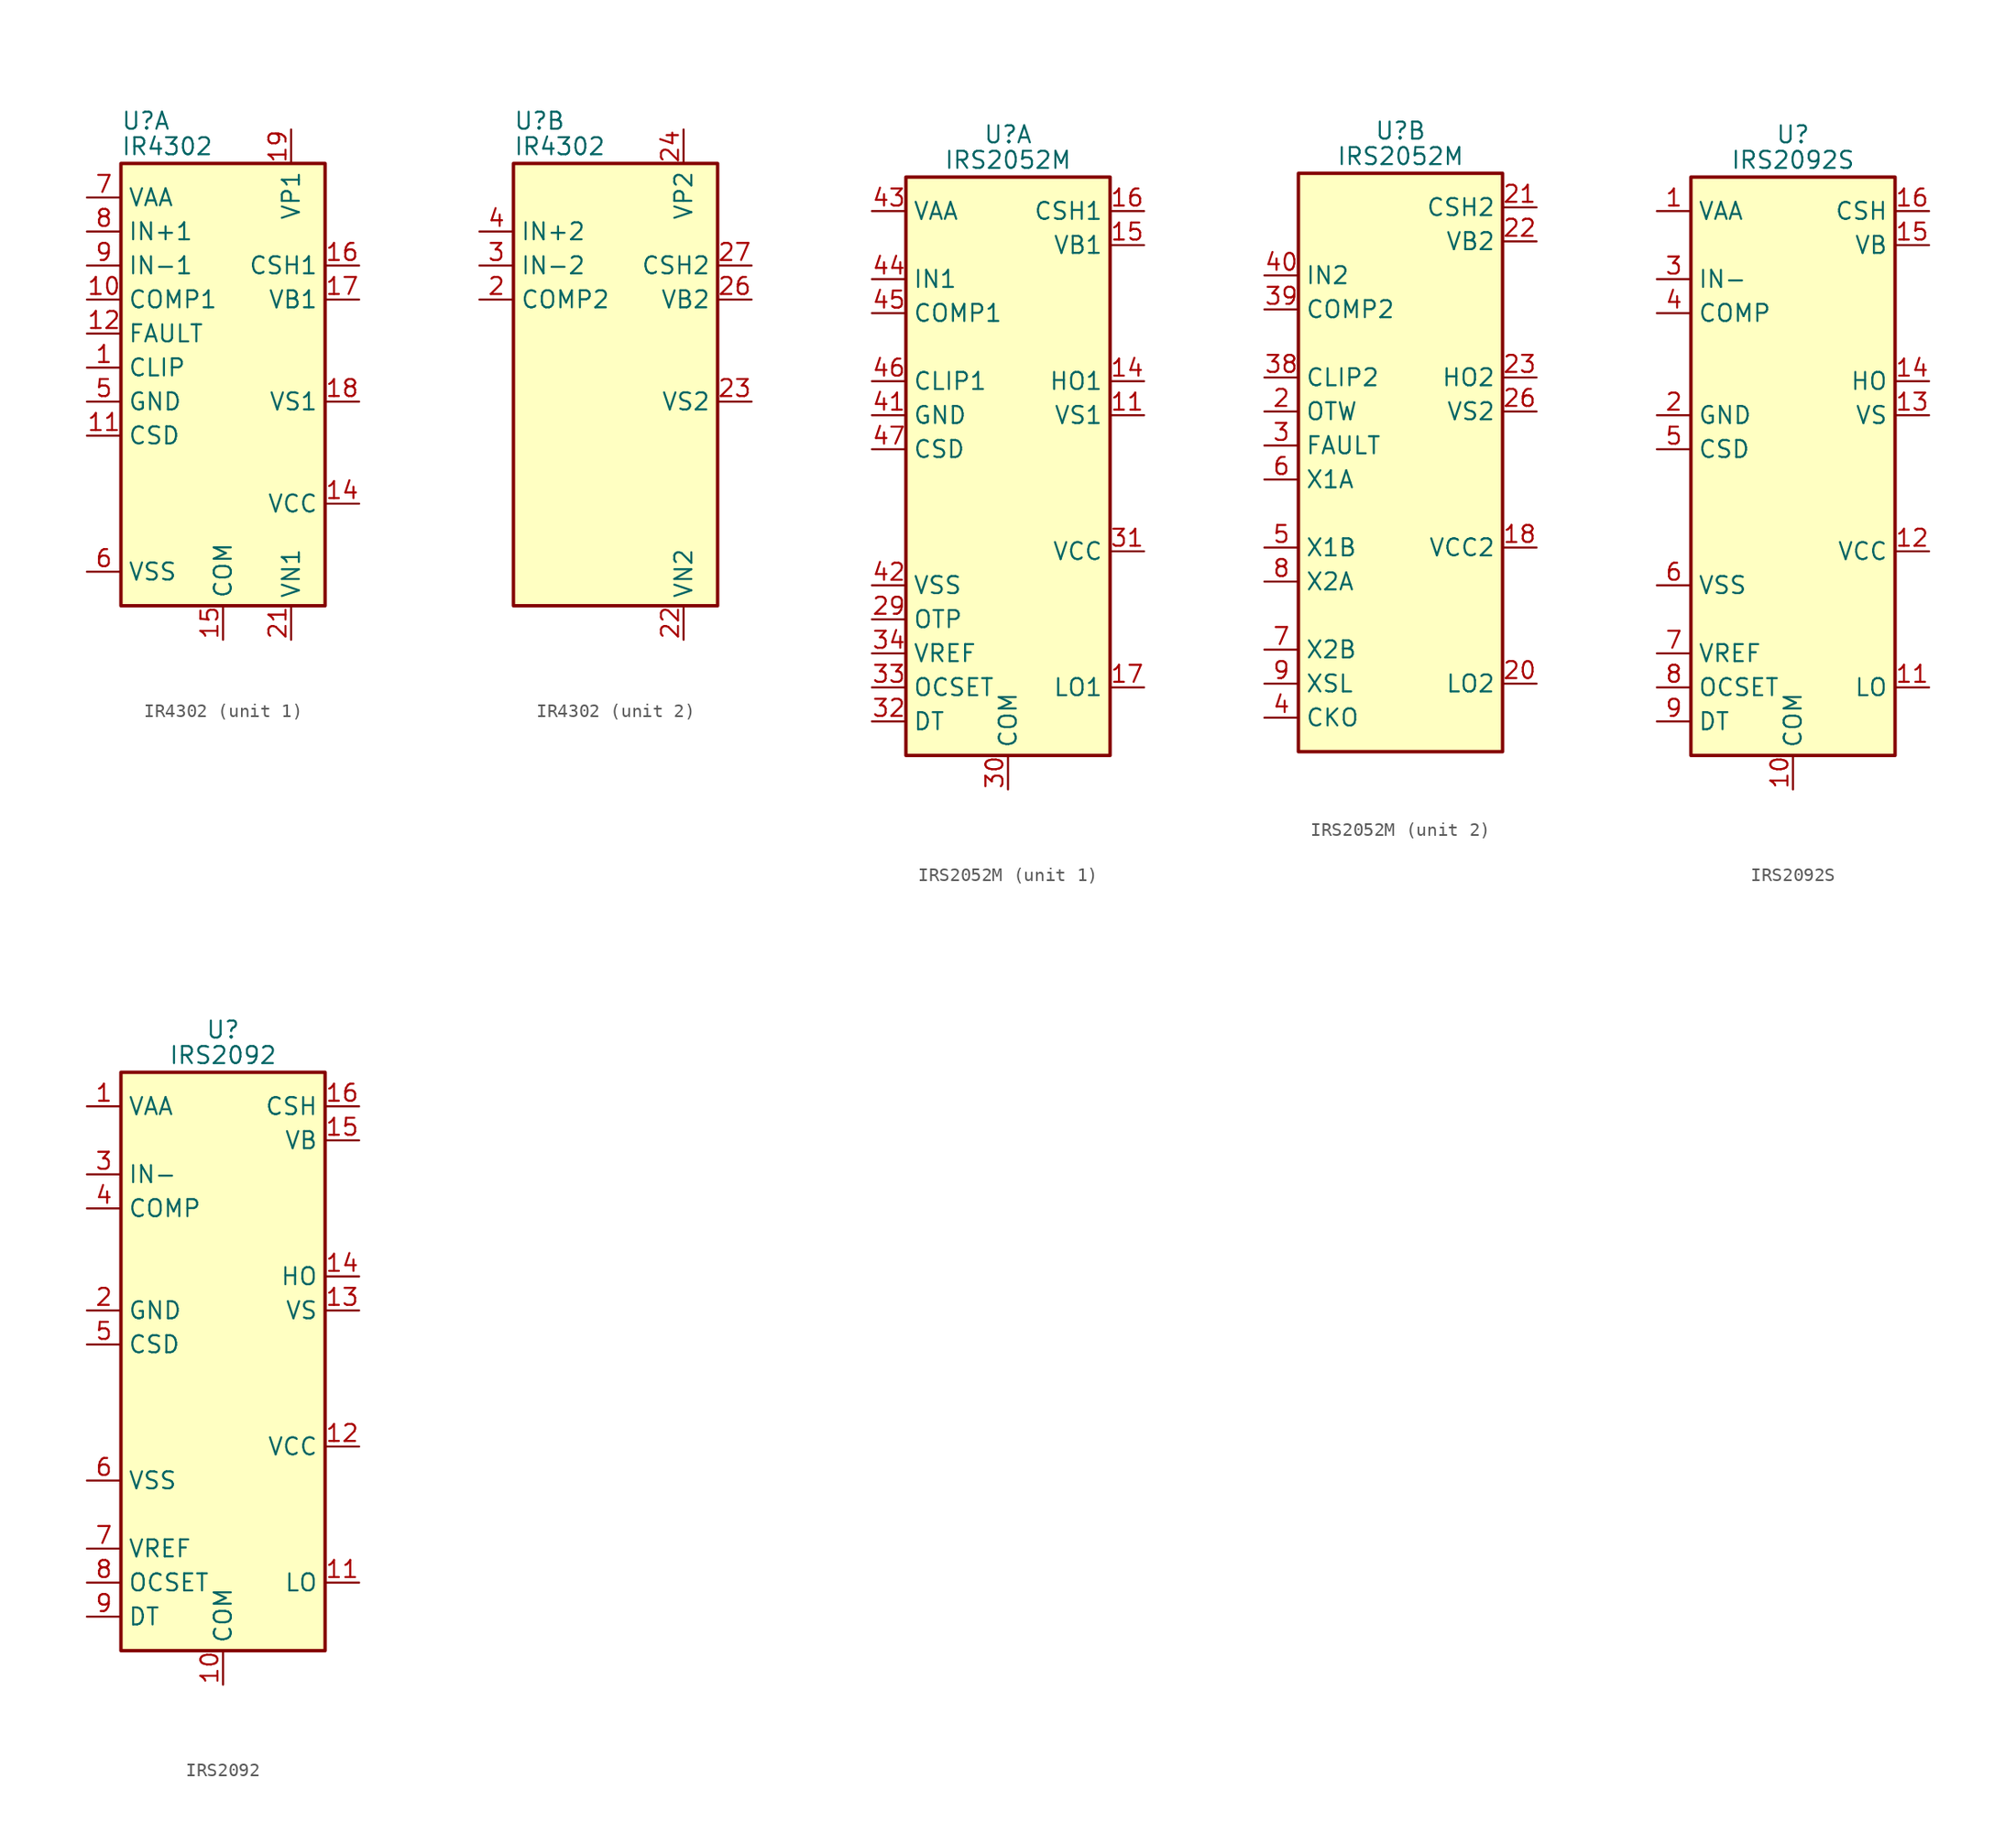
<source format=kicad_sym>
(kicad_symbol_lib
  (version 20241209)
  (generator "kicad_symbol_editor")
  (generator_version "9.0")
  (symbol "IR4302"
    (property "Reference" "U"
      (at -7.62 20.955 0)
      (effects (font (size 1.27 1.27)) (justify left)))
    (property "Value" "IR4302"
      (at -7.62 19.05 0)
      (effects (font (size 1.27 1.27)) (justify left)))
    (property "ki_locked" ""
      (at 0 0 0)
      (effects (font (size 1.27 1.27))))
    (symbol "IR4302_0_1"
      (rectangle (start -7.62 -15.24) (end 7.62 17.78) (stroke (width 0.254) (type solid)) (fill (type background))))
    (symbol "IR4302_1_1"
      (pin power_in line (at -10.16 15.24 0) (length 2.54) (name "VAA" (effects (font (size 1.27 1.27)))) (number "7" (effects (font (size 1.27 1.27)))))
      (pin input line (at -10.16 12.7 0) (length 2.54) (name "IN+1" (effects (font (size 1.27 1.27)))) (number "8" (effects (font (size 1.27 1.27)))))
      (pin input line (at -10.16 10.16 0) (length 2.54) (name "IN-1" (effects (font (size 1.27 1.27)))) (number "9" (effects (font (size 1.27 1.27)))))
      (pin output line (at -10.16 7.62 0) (length 2.54) (name "COMP1" (effects (font (size 1.27 1.27)))) (number "10" (effects (font (size 1.27 1.27)))))
      (pin open_collector line (at -10.16 5.08 0) (length 2.54) (name "FAULT" (effects (font (size 1.27 1.27)))) (number "12" (effects (font (size 1.27 1.27)))))
      (pin open_collector line (at -10.16 2.54 0) (length 2.54) (name "CLIP" (effects (font (size 1.27 1.27)))) (number "1" (effects (font (size 1.27 1.27)))))
      (pin power_in line (at -10.16 0 0) (length 2.54) (name "GND" (effects (font (size 1.27 1.27)))) (number "5" (effects (font (size 1.27 1.27)))))
      (pin passive line (at -10.16 -2.54 0) (length 2.54) (name "CSD" (effects (font (size 1.27 1.27)))) (number "11" (effects (font (size 1.27 1.27)))))
      (pin power_in line (at -10.16 -12.7 0) (length 2.54) (name "VSS" (effects (font (size 1.27 1.27)))) (number "6" (effects (font (size 1.27 1.27)))))
      (pin no_connect line (at -7.62 -5.08 0) (length 2.54) (hide yes) (name "NC" (effects (font (size 1.27 1.27)))) (number "13" (effects (font (size 1.27 1.27)))))
      (pin no_connect line (at -7.62 -7.62 0) (length 2.54) (hide yes) (name "NC" (effects (font (size 1.27 1.27)))) (number "29" (effects (font (size 1.27 1.27)))))
      (pin no_connect line (at -7.62 -10.16 0) (length 2.54) (hide yes) (name "NC" (effects (font (size 1.27 1.27)))) (number "30" (effects (font (size 1.27 1.27)))))
      (pin power_in line (at 0 -17.78 90) (length 2.54) (name "COM" (effects (font (size 1.27 1.27)))) (number "15" (effects (font (size 1.27 1.27)))))
      (pin passive line (at 0 -17.78 90) (length 2.54) (hide yes) (name "COM" (effects (font (size 1.27 1.27)))) (number "28" (effects (font (size 1.27 1.27)))))
      (pin passive line (at 0 -17.78 90) (length 2.54) (hide yes) (name "COM" (effects (font (size 1.27 1.27)))) (number "31" (effects (font (size 1.27 1.27)))))
      (pin power_in line (at 5.08 20.32 270) (length 2.54) (name "VP1" (effects (font (size 1.27 1.27)))) (number "19" (effects (font (size 1.27 1.27)))))
      (pin power_in line (at 5.08 -17.78 90) (length 2.54) (name "VN1" (effects (font (size 1.27 1.27)))) (number "21" (effects (font (size 1.27 1.27)))))
      (pin passive line (at 10.16 10.16 180) (length 2.54) (name "CSH1" (effects (font (size 1.27 1.27)))) (number "16" (effects (font (size 1.27 1.27)))))
      (pin power_in line (at 10.16 7.62 180) (length 2.54) (name "VB1" (effects (font (size 1.27 1.27)))) (number "17" (effects (font (size 1.27 1.27)))))
      (pin output line (at 10.16 0 180) (length 2.54) (name "VS1" (effects (font (size 1.27 1.27)))) (number "18" (effects (font (size 1.27 1.27)))))
      (pin passive line (at 10.16 0 180) (length 2.54) (hide yes) (name "VS1" (effects (font (size 1.27 1.27)))) (number "20" (effects (font (size 1.27 1.27)))))
      (pin power_in line (at 10.16 -7.62 180) (length 2.54) (name "VCC" (effects (font (size 1.27 1.27)))) (number "14" (effects (font (size 1.27 1.27))))))
    (symbol "IR4302_2_1"
      (pin input line (at -10.16 12.7 0) (length 2.54) (name "IN+2" (effects (font (size 1.27 1.27)))) (number "4" (effects (font (size 1.27 1.27)))))
      (pin input line (at -10.16 10.16 0) (length 2.54) (name "IN-2" (effects (font (size 1.27 1.27)))) (number "3" (effects (font (size 1.27 1.27)))))
      (pin output line (at -10.16 7.62 0) (length 2.54) (name "COMP2" (effects (font (size 1.27 1.27)))) (number "2" (effects (font (size 1.27 1.27)))))
      (pin power_in line (at 5.08 20.32 270) (length 2.54) (name "VP2" (effects (font (size 1.27 1.27)))) (number "24" (effects (font (size 1.27 1.27)))))
      (pin power_in line (at 5.08 -17.78 90) (length 2.54) (name "VN2" (effects (font (size 1.27 1.27)))) (number "22" (effects (font (size 1.27 1.27)))))
      (pin passive line (at 10.16 10.16 180) (length 2.54) (name "CSH2" (effects (font (size 1.27 1.27)))) (number "27" (effects (font (size 1.27 1.27)))))
      (pin power_in line (at 10.16 7.62 180) (length 2.54) (name "VB2" (effects (font (size 1.27 1.27)))) (number "26" (effects (font (size 1.27 1.27)))))
      (pin output line (at 10.16 0 180) (length 2.54) (name "VS2" (effects (font (size 1.27 1.27)))) (number "23" (effects (font (size 1.27 1.27)))))
      (pin passive line (at 10.16 0 180) (length 2.54) (hide yes) (name "VS2" (effects (font (size 1.27 1.27)))) (number "25" (effects (font (size 1.27 1.27)))))))
  (symbol "IRS2052M"
    (property "Reference" "U"
      (at 0 26.035 0)
      (effects (font (size 1.27 1.27))))
    (property "Value" "IRS2052M"
      (at 0 24.13 0)
      (effects (font (size 1.27 1.27))))
    (property "ki_locked" ""
      (at 0 0 0)
      (effects (font (size 1.27 1.27))))
    (symbol "IRS2052M_0_1"
      (rectangle (start -7.62 -20.32) (end 7.62 22.86) (stroke (width 0.254) (type solid)) (fill (type background))))
    (symbol "IRS2052M_1_1"
      (pin power_in line (at -10.16 20.32 0) (length 2.54) (name "VAA" (effects (font (size 1.27 1.27)))) (number "43" (effects (font (size 1.27 1.27)))))
      (pin input line (at -10.16 15.24 0) (length 2.54) (name "IN1" (effects (font (size 1.27 1.27)))) (number "44" (effects (font (size 1.27 1.27)))))
      (pin output line (at -10.16 12.7 0) (length 2.54) (name "COMP1" (effects (font (size 1.27 1.27)))) (number "45" (effects (font (size 1.27 1.27)))))
      (pin open_collector line (at -10.16 7.62 0) (length 2.54) (name "CLIP1" (effects (font (size 1.27 1.27)))) (number "46" (effects (font (size 1.27 1.27)))))
      (pin power_in line (at -10.16 5.08 0) (length 2.54) (name "GND" (effects (font (size 1.27 1.27)))) (number "41" (effects (font (size 1.27 1.27)))))
      (pin passive line (at -10.16 2.54 0) (length 2.54) (name "CSD" (effects (font (size 1.27 1.27)))) (number "47" (effects (font (size 1.27 1.27)))))
      (pin power_in line (at -10.16 -7.62 0) (length 2.54) (name "VSS" (effects (font (size 1.27 1.27)))) (number "42" (effects (font (size 1.27 1.27)))))
      (pin passive line (at -10.16 -10.16 0) (length 2.54) (name "OTP" (effects (font (size 1.27 1.27)))) (number "29" (effects (font (size 1.27 1.27)))))
      (pin power_out line (at -10.16 -12.7 0) (length 2.54) (name "VREF" (effects (font (size 1.27 1.27)))) (number "34" (effects (font (size 1.27 1.27)))))
      (pin passive line (at -10.16 -15.24 0) (length 2.54) (name "OCSET" (effects (font (size 1.27 1.27)))) (number "33" (effects (font (size 1.27 1.27)))))
      (pin passive line (at -10.16 -17.78 0) (length 2.54) (name "DT" (effects (font (size 1.27 1.27)))) (number "32" (effects (font (size 1.27 1.27)))))
      (pin no_connect line (at -7.62 17.78 0) (length 2.54) (hide yes) (name "NC" (effects (font (size 1.27 1.27)))) (number "1" (effects (font (size 1.27 1.27)))))
      (pin no_connect line (at -7.62 10.16 0) (length 2.54) (hide yes) (name "NC" (effects (font (size 1.27 1.27)))) (number "10" (effects (font (size 1.27 1.27)))))
      (pin no_connect line (at -7.62 0 0) (length 2.54) (hide yes) (name "NC" (effects (font (size 1.27 1.27)))) (number "12" (effects (font (size 1.27 1.27)))))
      (pin no_connect line (at -7.62 -2.54 0) (length 2.54) (hide yes) (name "NC" (effects (font (size 1.27 1.27)))) (number "13" (effects (font (size 1.27 1.27)))))
      (pin no_connect line (at -7.62 -5.08 0) (length 2.54) (hide yes) (name "NC" (effects (font (size 1.27 1.27)))) (number "24" (effects (font (size 1.27 1.27)))))
      (pin passive line (at 0 -22.86 90) (length 2.54) (hide yes) (name "COM" (effects (font (size 1.27 1.27)))) (number "19" (effects (font (size 1.27 1.27)))))
      (pin power_in line (at 0 -22.86 90) (length 2.54) (name "COM" (effects (font (size 1.27 1.27)))) (number "30" (effects (font (size 1.27 1.27)))))
      (pin passive line (at 0 -22.86 90) (length 2.54) (hide yes) (name "COM" (effects (font (size 1.27 1.27)))) (number "49" (effects (font (size 1.27 1.27)))))
      (pin no_connect line (at 7.62 15.24 180) (length 2.54) (hide yes) (name "NC" (effects (font (size 1.27 1.27)))) (number "25" (effects (font (size 1.27 1.27)))))
      (pin no_connect line (at 7.62 12.7 180) (length 2.54) (hide yes) (name "NC" (effects (font (size 1.27 1.27)))) (number "27" (effects (font (size 1.27 1.27)))))
      (pin no_connect line (at 7.62 10.16 180) (length 2.54) (hide yes) (name "NC" (effects (font (size 1.27 1.27)))) (number "28" (effects (font (size 1.27 1.27)))))
      (pin no_connect line (at 7.62 2.54 180) (length 2.54) (hide yes) (name "NC" (effects (font (size 1.27 1.27)))) (number "35" (effects (font (size 1.27 1.27)))))
      (pin no_connect line (at 7.62 0 180) (length 2.54) (hide yes) (name "NC" (effects (font (size 1.27 1.27)))) (number "36" (effects (font (size 1.27 1.27)))))
      (pin no_connect line (at 7.62 -2.54 180) (length 2.54) (hide yes) (name "NC" (effects (font (size 1.27 1.27)))) (number "37" (effects (font (size 1.27 1.27)))))
      (pin no_connect line (at 7.62 -7.62 180) (length 2.54) (hide yes) (name "NC" (effects (font (size 1.27 1.27)))) (number "48" (effects (font (size 1.27 1.27)))))
      (pin passive line (at 10.16 20.32 180) (length 2.54) (name "CSH1" (effects (font (size 1.27 1.27)))) (number "16" (effects (font (size 1.27 1.27)))))
      (pin power_in line (at 10.16 17.78 180) (length 2.54) (name "VB1" (effects (font (size 1.27 1.27)))) (number "15" (effects (font (size 1.27 1.27)))))
      (pin output line (at 10.16 7.62 180) (length 2.54) (name "HO1" (effects (font (size 1.27 1.27)))) (number "14" (effects (font (size 1.27 1.27)))))
      (pin passive line (at 10.16 5.08 180) (length 2.54) (name "VS1" (effects (font (size 1.27 1.27)))) (number "11" (effects (font (size 1.27 1.27)))))
      (pin power_in line (at 10.16 -5.08 180) (length 2.54) (name "VCC" (effects (font (size 1.27 1.27)))) (number "31" (effects (font (size 1.27 1.27)))))
      (pin output line (at 10.16 -15.24 180) (length 2.54) (name "LO1" (effects (font (size 1.27 1.27)))) (number "17" (effects (font (size 1.27 1.27))))))
    (symbol "IRS2052M_2_1"
      (pin input line (at -10.16 15.24 0) (length 2.54) (name "IN2" (effects (font (size 1.27 1.27)))) (number "40" (effects (font (size 1.27 1.27)))))
      (pin output line (at -10.16 12.7 0) (length 2.54) (name "COMP2" (effects (font (size 1.27 1.27)))) (number "39" (effects (font (size 1.27 1.27)))))
      (pin open_collector line (at -10.16 7.62 0) (length 2.54) (name "CLIP2" (effects (font (size 1.27 1.27)))) (number "38" (effects (font (size 1.27 1.27)))))
      (pin open_collector line (at -10.16 5.08 0) (length 2.54) (name "OTW" (effects (font (size 1.27 1.27)))) (number "2" (effects (font (size 1.27 1.27)))))
      (pin open_collector line (at -10.16 2.54 0) (length 2.54) (name "FAULT" (effects (font (size 1.27 1.27)))) (number "3" (effects (font (size 1.27 1.27)))))
      (pin input line (at -10.16 0 0) (length 2.54) (name "X1A" (effects (font (size 1.27 1.27)))) (number "6" (effects (font (size 1.27 1.27)))))
      (pin output line (at -10.16 -5.08 0) (length 2.54) (name "X1B" (effects (font (size 1.27 1.27)))) (number "5" (effects (font (size 1.27 1.27)))))
      (pin input line (at -10.16 -7.62 0) (length 2.54) (name "X2A" (effects (font (size 1.27 1.27)))) (number "8" (effects (font (size 1.27 1.27)))))
      (pin output line (at -10.16 -12.7 0) (length 2.54) (name "X2B" (effects (font (size 1.27 1.27)))) (number "7" (effects (font (size 1.27 1.27)))))
      (pin input line (at -10.16 -15.24 0) (length 2.54) (name "XSL" (effects (font (size 1.27 1.27)))) (number "9" (effects (font (size 1.27 1.27)))))
      (pin output line (at -10.16 -17.78 0) (length 2.54) (name "CKO" (effects (font (size 1.27 1.27)))) (number "4" (effects (font (size 1.27 1.27)))))
      (pin passive line (at 10.16 20.32 180) (length 2.54) (name "CSH2" (effects (font (size 1.27 1.27)))) (number "21" (effects (font (size 1.27 1.27)))))
      (pin power_in line (at 10.16 17.78 180) (length 2.54) (name "VB2" (effects (font (size 1.27 1.27)))) (number "22" (effects (font (size 1.27 1.27)))))
      (pin output line (at 10.16 7.62 180) (length 2.54) (name "HO2" (effects (font (size 1.27 1.27)))) (number "23" (effects (font (size 1.27 1.27)))))
      (pin passive line (at 10.16 5.08 180) (length 2.54) (name "VS2" (effects (font (size 1.27 1.27)))) (number "26" (effects (font (size 1.27 1.27)))))
      (pin power_in line (at 10.16 -5.08 180) (length 2.54) (name "VCC2" (effects (font (size 1.27 1.27)))) (number "18" (effects (font (size 1.27 1.27)))))
      (pin output line (at 10.16 -15.24 180) (length 2.54) (name "LO2" (effects (font (size 1.27 1.27)))) (number "20" (effects (font (size 1.27 1.27)))))))
  (symbol "IRS2092S"
    (property "Reference" "U"
      (at 0 26.035 0)
      (effects (font (size 1.27 1.27))))
    (property "Value" "IRS2092S"
      (at 0 24.13 0)
      (effects (font (size 1.27 1.27))))
    (symbol "IRS2092S_0_1"
      (rectangle (start -7.62 -20.32) (end 7.62 22.86) (stroke (width 0.254) (type solid)) (fill (type background))))
    (symbol "IRS2092S_1_1"
      (pin power_in line (at -10.16 20.32 0) (length 2.54) (name "VAA" (effects (font (size 1.27 1.27)))) (number "1" (effects (font (size 1.27 1.27)))))
      (pin input line (at -10.16 15.24 0) (length 2.54) (name "IN-" (effects (font (size 1.27 1.27)))) (number "3" (effects (font (size 1.27 1.27)))))
      (pin output line (at -10.16 12.7 0) (length 2.54) (name "COMP" (effects (font (size 1.27 1.27)))) (number "4" (effects (font (size 1.27 1.27)))))
      (pin power_in line (at -10.16 5.08 0) (length 2.54) (name "GND" (effects (font (size 1.27 1.27)))) (number "2" (effects (font (size 1.27 1.27)))))
      (pin passive line (at -10.16 2.54 0) (length 2.54) (name "CSD" (effects (font (size 1.27 1.27)))) (number "5" (effects (font (size 1.27 1.27)))))
      (pin power_in line (at -10.16 -7.62 0) (length 2.54) (name "VSS" (effects (font (size 1.27 1.27)))) (number "6" (effects (font (size 1.27 1.27)))))
      (pin power_out line (at -10.16 -12.7 0) (length 2.54) (name "VREF" (effects (font (size 1.27 1.27)))) (number "7" (effects (font (size 1.27 1.27)))))
      (pin passive line (at -10.16 -15.24 0) (length 2.54) (name "OCSET" (effects (font (size 1.27 1.27)))) (number "8" (effects (font (size 1.27 1.27)))))
      (pin passive line (at -10.16 -17.78 0) (length 2.54) (name "DT" (effects (font (size 1.27 1.27)))) (number "9" (effects (font (size 1.27 1.27)))))
      (pin power_in line (at 0 -22.86 90) (length 2.54) (name "COM" (effects (font (size 1.27 1.27)))) (number "10" (effects (font (size 1.27 1.27)))))
      (pin passive line (at 10.16 20.32 180) (length 2.54) (name "CSH" (effects (font (size 1.27 1.27)))) (number "16" (effects (font (size 1.27 1.27)))))
      (pin power_in line (at 10.16 17.78 180) (length 2.54) (name "VB" (effects (font (size 1.27 1.27)))) (number "15" (effects (font (size 1.27 1.27)))))
      (pin output line (at 10.16 7.62 180) (length 2.54) (name "HO" (effects (font (size 1.27 1.27)))) (number "14" (effects (font (size 1.27 1.27)))))
      (pin passive line (at 10.16 5.08 180) (length 2.54) (name "VS" (effects (font (size 1.27 1.27)))) (number "13" (effects (font (size 1.27 1.27)))))
      (pin power_in line (at 10.16 -5.08 180) (length 2.54) (name "VCC" (effects (font (size 1.27 1.27)))) (number "12" (effects (font (size 1.27 1.27)))))
      (pin output line (at 10.16 -15.24 180) (length 2.54) (name "LO" (effects (font (size 1.27 1.27)))) (number "11" (effects (font (size 1.27 1.27)))))))
  (symbol "IRS2092"
    (property "Reference" "U"
      (at 0 26.035 0)
      (effects (font (size 1.27 1.27))))
    (property "Value" "IRS2092"
      (at 0 24.13 0)
      (effects (font (size 1.27 1.27))))
    (symbol "IRS2092_0_1"
      (rectangle (start -7.62 -20.32) (end 7.62 22.86) (stroke (width 0.254) (type solid)) (fill (type background))))
    (symbol "IRS2092_1_1"
      (pin power_in line (at -10.16 20.32 0) (length 2.54) (name "VAA" (effects (font (size 1.27 1.27)))) (number "1" (effects (font (size 1.27 1.27)))))
      (pin input line (at -10.16 15.24 0) (length 2.54) (name "IN-" (effects (font (size 1.27 1.27)))) (number "3" (effects (font (size 1.27 1.27)))))
      (pin output line (at -10.16 12.7 0) (length 2.54) (name "COMP" (effects (font (size 1.27 1.27)))) (number "4" (effects (font (size 1.27 1.27)))))
      (pin power_in line (at -10.16 5.08 0) (length 2.54) (name "GND" (effects (font (size 1.27 1.27)))) (number "2" (effects (font (size 1.27 1.27)))))
      (pin passive line (at -10.16 2.54 0) (length 2.54) (name "CSD" (effects (font (size 1.27 1.27)))) (number "5" (effects (font (size 1.27 1.27)))))
      (pin power_in line (at -10.16 -7.62 0) (length 2.54) (name "VSS" (effects (font (size 1.27 1.27)))) (number "6" (effects (font (size 1.27 1.27)))))
      (pin power_out line (at -10.16 -12.7 0) (length 2.54) (name "VREF" (effects (font (size 1.27 1.27)))) (number "7" (effects (font (size 1.27 1.27)))))
      (pin passive line (at -10.16 -15.24 0) (length 2.54) (name "OCSET" (effects (font (size 1.27 1.27)))) (number "8" (effects (font (size 1.27 1.27)))))
      (pin passive line (at -10.16 -17.78 0) (length 2.54) (name "DT" (effects (font (size 1.27 1.27)))) (number "9" (effects (font (size 1.27 1.27)))))
      (pin power_in line (at 0 -22.86 90) (length 2.54) (name "COM" (effects (font (size 1.27 1.27)))) (number "10" (effects (font (size 1.27 1.27)))))
      (pin passive line (at 10.16 20.32 180) (length 2.54) (name "CSH" (effects (font (size 1.27 1.27)))) (number "16" (effects (font (size 1.27 1.27)))))
      (pin power_in line (at 10.16 17.78 180) (length 2.54) (name "VB" (effects (font (size 1.27 1.27)))) (number "15" (effects (font (size 1.27 1.27)))))
      (pin output line (at 10.16 7.62 180) (length 2.54) (name "HO" (effects (font (size 1.27 1.27)))) (number "14" (effects (font (size 1.27 1.27)))))
      (pin passive line (at 10.16 5.08 180) (length 2.54) (name "VS" (effects (font (size 1.27 1.27)))) (number "13" (effects (font (size 1.27 1.27)))))
      (pin power_in line (at 10.16 -5.08 180) (length 2.54) (name "VCC" (effects (font (size 1.27 1.27)))) (number "12" (effects (font (size 1.27 1.27)))))
      (pin output line (at 10.16 -15.24 180) (length 2.54) (name "LO" (effects (font (size 1.27 1.27)))) (number "11" (effects (font (size 1.27 1.27))))))))
</source>
